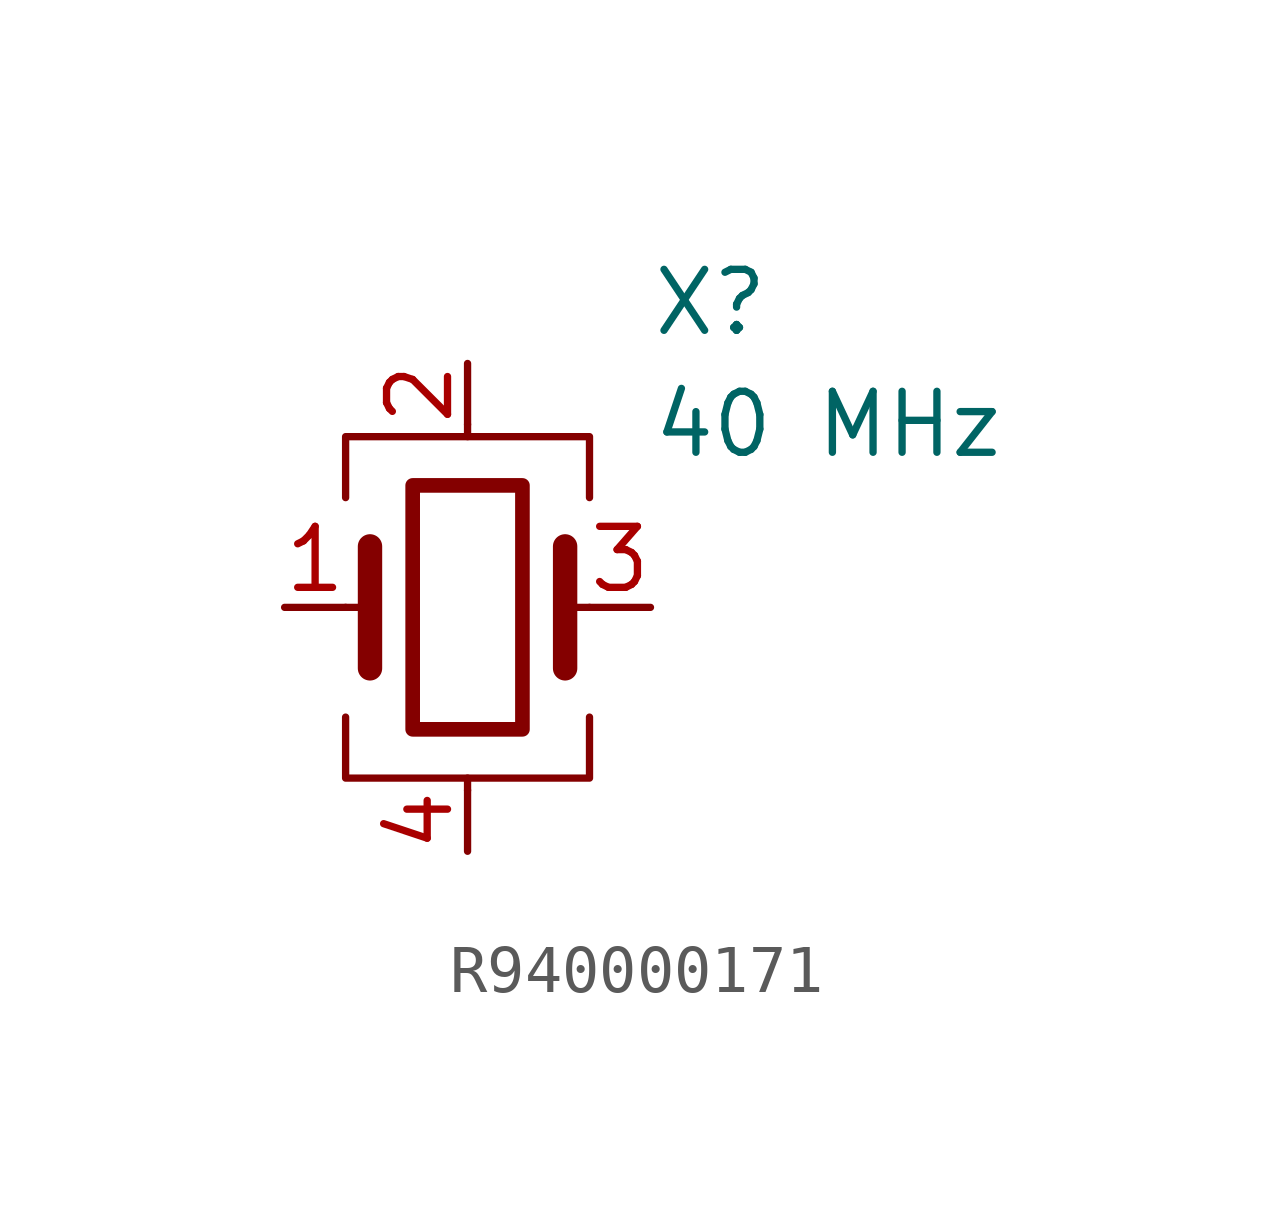
<source format=kicad_sym>
(kicad_symbol_lib
  (version 20231120)
  (generator "kicad_symbol_editor")
  (generator_version "8.0")
  (symbol "R940000171"
    (property "Reference" "X"
      (at 3.81 6.35 0)
      (do_not_autoplace)
      (effects (font (size 1.27 1.27)) (justify left)))
    (property "Value" "40 MHz"
      (at 3.81 3.81 0)
      (do_not_autoplace)
      (effects (font (size 1.27 1.27)) (justify left)))
    (symbol "R940000171_0_1"
      (rectangle (start -1.143 2.54) (end 1.143 -2.54) (stroke (width 0.305) (type default)) (fill (type none)))
      (polyline (pts (xy -2.54 0) (xy -2.032 0)) (stroke (width 0) (type default)) (fill (type none)))
      (polyline (pts (xy -2.032 -1.27) (xy -2.032 1.27)) (stroke (width 0.508) (type default)) (fill (type none)))
      (polyline (pts (xy 0 -3.81) (xy 0 -3.556)) (stroke (width 0) (type default)) (fill (type none)))
      (polyline (pts (xy 0 3.556) (xy 0 3.81)) (stroke (width 0) (type default)) (fill (type none)))
      (polyline (pts (xy 2.032 -1.27) (xy 2.032 1.27)) (stroke (width 0.508) (type default)) (fill (type none)))
      (polyline (pts (xy 2.032 0) (xy 2.54 0)) (stroke (width 0) (type default)) (fill (type none)))
      (polyline (pts (xy -2.54 -2.286) (xy -2.54 -3.556) (xy 2.54 -3.556) (xy 2.54 -2.286)) (stroke (width 0) (type default)) (fill (type none)))
      (polyline (pts (xy -2.54 2.286) (xy -2.54 3.556) (xy 2.54 3.556) (xy 2.54 2.286)) (stroke (width 0) (type default)) (fill (type none))))
    (symbol "R940000171_1_1"
      (pin passive line (at -3.81 0 0) (length 1.27) (name "" (effects (font (size 1.27 1.27)))) (number "1" (effects (font (size 1.27 1.27)))))
      (pin passive line (at 0 5.08 270) (length 1.27) (name "" (effects (font (size 1.27 1.27)))) (number "2" (effects (font (size 1.27 1.27)))))
      (pin passive line (at 3.81 0 180) (length 1.27) (name "" (effects (font (size 1.27 1.27)))) (number "3" (effects (font (size 1.27 1.27)))))
      (pin passive line (at 0 -5.08 90) (length 1.27) (name "" (effects (font (size 1.27 1.27)))) (number "4" (effects (font (size 1.27 1.27))))))))
</source>
